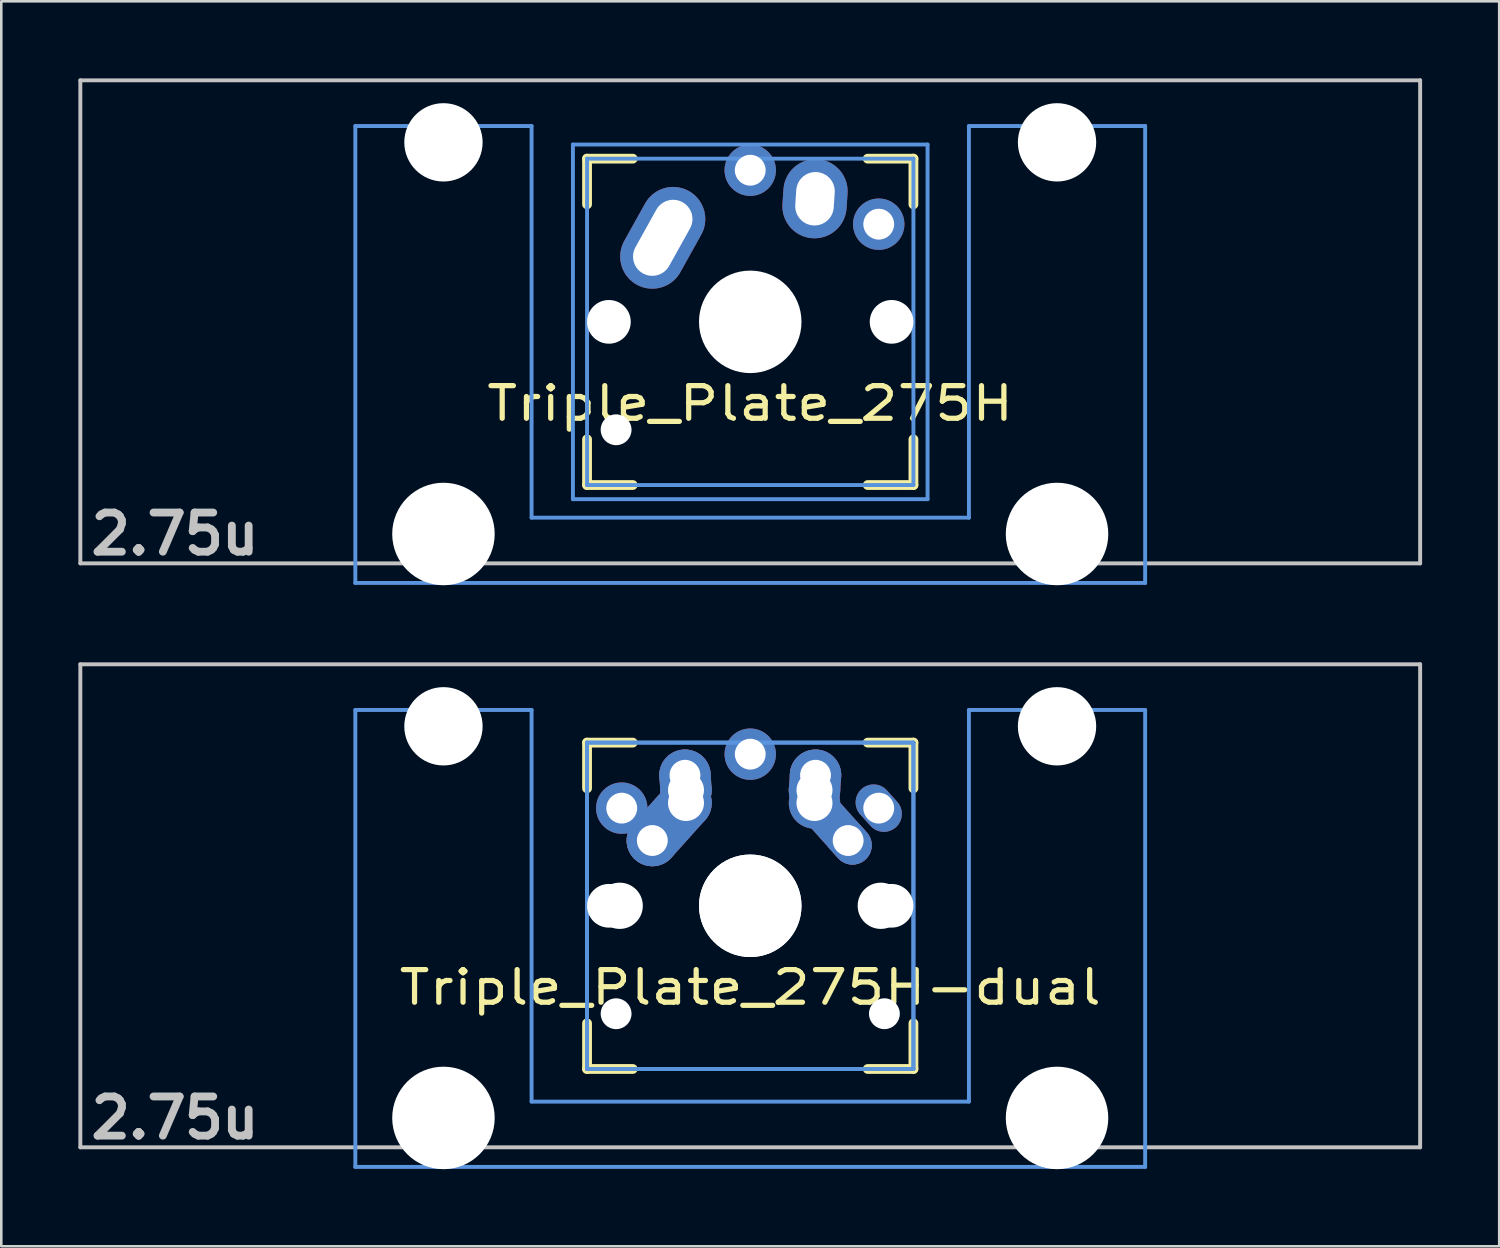
<source format=kicad_pcb>
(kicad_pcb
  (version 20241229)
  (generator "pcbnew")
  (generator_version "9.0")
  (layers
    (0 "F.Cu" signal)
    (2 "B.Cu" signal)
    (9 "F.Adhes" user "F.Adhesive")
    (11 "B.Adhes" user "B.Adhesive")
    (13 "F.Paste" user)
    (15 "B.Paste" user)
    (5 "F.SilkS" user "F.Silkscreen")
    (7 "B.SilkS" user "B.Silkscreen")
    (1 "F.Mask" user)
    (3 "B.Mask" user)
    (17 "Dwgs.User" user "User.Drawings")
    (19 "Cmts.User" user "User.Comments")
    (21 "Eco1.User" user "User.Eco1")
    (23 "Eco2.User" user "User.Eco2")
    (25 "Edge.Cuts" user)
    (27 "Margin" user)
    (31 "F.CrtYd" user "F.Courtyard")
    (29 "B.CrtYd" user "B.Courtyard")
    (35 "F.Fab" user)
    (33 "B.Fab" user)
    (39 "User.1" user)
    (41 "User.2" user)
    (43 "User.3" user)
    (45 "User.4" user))
  (footprint "Triple_Plate_275H"
    (layer "F.Cu")
    (at 26.144 9.474)
    (property "Reference" "Triple_Plate_275H" (at 0 3.175 0) (layer "F.SilkS") (effects (font (size 1.27 1.524) (thickness 0.203))))
    (attr through_hole)
    (fp_line (start -6.35 -6.35) (end -4.572 -6.35) (stroke (width 0.381) (type solid)) (layer "F.SilkS"))
    (fp_line (start -6.35 -4.572) (end -6.35 -6.35) (stroke (width 0.381) (type solid)) (layer "F.SilkS"))
    (fp_line (start -6.35 6.35) (end -6.35 4.572) (stroke (width 0.381) (type solid)) (layer "F.SilkS"))
    (fp_line (start -4.572 6.35) (end -6.35 6.35) (stroke (width 0.381) (type solid)) (layer "F.SilkS"))
    (fp_line (start 4.572 -6.35) (end 6.35 -6.35) (stroke (width 0.381) (type solid)) (layer "F.SilkS"))
    (fp_line (start 6.35 -6.35) (end 6.35 -4.572) (stroke (width 0.381) (type solid)) (layer "F.SilkS"))
    (fp_line (start 6.35 4.572) (end 6.35 6.35) (stroke (width 0.381) (type solid)) (layer "F.SilkS"))
    (fp_line (start 6.35 6.35) (end 4.572 6.35) (stroke (width 0.381) (type solid)) (layer "F.SilkS"))
    (fp_line (start -26.068 -9.398) (end 26.068 -9.398) (stroke (width 0.152) (type solid)) (layer "Dwgs.User"))
    (fp_line (start -26.068 9.398) (end -26.068 -9.398) (stroke (width 0.152) (type solid)) (layer "Dwgs.User"))
    (fp_line (start 26.068 -9.398) (end 26.068 9.398) (stroke (width 0.152) (type solid)) (layer "Dwgs.User"))
    (fp_line (start 26.068 9.398) (end -26.068 9.398) (stroke (width 0.152) (type solid)) (layer "Dwgs.User"))
    (fp_line (start -15.367 -7.62) (end -15.367 10.16) (stroke (width 0.152) (type solid)) (layer "Cmts.User"))
    (fp_line (start -15.367 10.16) (end 15.367 10.16) (stroke (width 0.152) (type solid)) (layer "Cmts.User"))
    (fp_line (start -8.509 -7.62) (end -15.367 -7.62) (stroke (width 0.152) (type solid)) (layer "Cmts.User"))
    (fp_line (start -8.509 7.62) (end -8.509 -7.62) (stroke (width 0.152) (type solid)) (layer "Cmts.User"))
    (fp_line (start -6.9 -6.9) (end 6.9 -6.9) (stroke (width 0.152) (type solid)) (layer "Cmts.User"))
    (fp_line (start -6.9 6.9) (end -6.9 -6.9) (stroke (width 0.152) (type solid)) (layer "Cmts.User"))
    (fp_line (start -6.35 -6.35) (end 6.35 -6.35) (stroke (width 0.152) (type solid)) (layer "Cmts.User"))
    (fp_line (start -6.35 6.35) (end -6.35 -6.35) (stroke (width 0.152) (type solid)) (layer "Cmts.User"))
    (fp_line (start 6.35 -6.35) (end 6.35 6.35) (stroke (width 0.152) (type solid)) (layer "Cmts.User"))
    (fp_line (start 6.35 6.35) (end -6.35 6.35) (stroke (width 0.152) (type solid)) (layer "Cmts.User"))
    (fp_line (start 6.9 -6.9) (end 6.9 6.9) (stroke (width 0.152) (type solid)) (layer "Cmts.User"))
    (fp_line (start 6.9 6.9) (end -6.9 6.9) (stroke (width 0.152) (type solid)) (layer "Cmts.User"))
    (fp_line (start 8.509 -7.62) (end 8.509 7.62) (stroke (width 0.152) (type solid)) (layer "Cmts.User"))
    (fp_line (start 8.509 7.62) (end -8.509 7.62) (stroke (width 0.152) (type solid)) (layer "Cmts.User"))
    (fp_line (start 15.367 -7.62) (end 8.509 -7.62) (stroke (width 0.152) (type solid)) (layer "Cmts.User"))
    (fp_line (start 15.367 10.16) (end 15.367 -7.62) (stroke (width 0.152) (type solid)) (layer "Cmts.User"))
    (fp_line (start -16.129 -2.286) (end -15.265 -2.286) (stroke (width 0.152) (type solid)) (layer "Eco2.User"))
    (fp_line (start -16.129 0.508) (end -16.129 -2.286) (stroke (width 0.152) (type solid)) (layer "Eco2.User"))
    (fp_line (start -15.265 -5.69) (end -8.611 -5.69) (stroke (width 0.152) (type solid)) (layer "Eco2.User"))
    (fp_line (start -15.265 -2.286) (end -15.265 -5.69) (stroke (width 0.152) (type solid)) (layer "Eco2.User"))
    (fp_line (start -15.265 0.508) (end -16.129 0.508) (stroke (width 0.152) (type solid)) (layer "Eco2.User"))
    (fp_line (start -15.265 6.604) (end -15.265 0.508) (stroke (width 0.152) (type solid)) (layer "Eco2.User"))
    (fp_line (start -14.224 6.604) (end -15.265 6.604) (stroke (width 0.152) (type solid)) (layer "Eco2.User"))
    (fp_line (start -14.224 7.772) (end -14.224 6.604) (stroke (width 0.152) (type solid)) (layer "Eco2.User"))
    (fp_line (start -9.652 6.604) (end -9.652 7.772) (stroke (width 0.152) (type solid)) (layer "Eco2.User"))
    (fp_line (start -9.652 7.772) (end -14.224 7.772) (stroke (width 0.152) (type solid)) (layer "Eco2.User"))
    (fp_line (start -8.611 -5.69) (end -8.611 -4.877) (stroke (width 0.152) (type solid)) (layer "Eco2.User"))
    (fp_line (start -8.611 -4.877) (end -6.985 -4.877) (stroke (width 0.152) (type solid)) (layer "Eco2.User"))
    (fp_line (start -8.611 5.817) (end -8.611 6.604) (stroke (width 0.152) (type solid)) (layer "Eco2.User"))
    (fp_line (start -8.611 6.604) (end -9.652 6.604) (stroke (width 0.152) (type solid)) (layer "Eco2.User"))
    (fp_line (start -7.5 -7.5) (end 7.5 -7.5) (stroke (width 0.152) (type solid)) (layer "Eco2.User"))
    (fp_line (start -7.5 7.5) (end -7.5 -7.5) (stroke (width 0.152) (type solid)) (layer "Eco2.User"))
    (fp_line (start -6.985 -6.985) (end 6.985 -6.985) (stroke (width 0.152) (type solid)) (layer "Eco2.User"))
    (fp_line (start -6.985 -4.877) (end -6.985 -6.985) (stroke (width 0.152) (type solid)) (layer "Eco2.User"))
    (fp_line (start -6.985 5.817) (end -8.611 5.817) (stroke (width 0.152) (type solid)) (layer "Eco2.User"))
    (fp_line (start -6.985 6.985) (end -6.985 5.817) (stroke (width 0.152) (type solid)) (layer "Eco2.User"))
    (fp_line (start 6.985 -6.985) (end 6.985 -4.877) (stroke (width 0.152) (type solid)) (layer "Eco2.User"))
    (fp_line (start 6.985 -4.877) (end 8.611 -4.877) (stroke (width 0.152) (type solid)) (layer "Eco2.User"))
    (fp_line (start 6.985 5.817) (end 6.985 6.985) (stroke (width 0.152) (type solid)) (layer "Eco2.User"))
    (fp_line (start 6.985 6.985) (end -6.985 6.985) (stroke (width 0.152) (type solid)) (layer "Eco2.User"))
    (fp_line (start 7.5 -7.5) (end 7.5 7.5) (stroke (width 0.152) (type solid)) (layer "Eco2.User"))
    (fp_line (start 7.5 7.5) (end -7.5 7.5) (stroke (width 0.152) (type solid)) (layer "Eco2.User"))
    (fp_line (start 8.611 -5.69) (end 15.265 -5.69) (stroke (width 0.152) (type solid)) (layer "Eco2.User"))
    (fp_line (start 8.611 -4.877) (end 8.611 -5.69) (stroke (width 0.152) (type solid)) (layer "Eco2.User"))
    (fp_line (start 8.611 5.817) (end 6.985 5.817) (stroke (width 0.152) (type solid)) (layer "Eco2.User"))
    (fp_line (start 8.611 6.604) (end 8.611 5.817) (stroke (width 0.152) (type solid)) (layer "Eco2.User"))
    (fp_line (start 9.652 6.604) (end 8.611 6.604) (stroke (width 0.152) (type solid)) (layer "Eco2.User"))
    (fp_line (start 9.652 7.772) (end 9.652 6.604) (stroke (width 0.152) (type solid)) (layer "Eco2.User"))
    (fp_line (start 14.224 6.604) (end 14.224 7.772) (stroke (width 0.152) (type solid)) (layer "Eco2.User"))
    (fp_line (start 14.224 7.772) (end 9.652 7.772) (stroke (width 0.152) (type solid)) (layer "Eco2.User"))
    (fp_line (start 15.265 -5.69) (end 15.265 -2.286) (stroke (width 0.152) (type solid)) (layer "Eco2.User"))
    (fp_line (start 15.265 -2.286) (end 16.129 -2.286) (stroke (width 0.152) (type solid)) (layer "Eco2.User"))
    (fp_line (start 15.265 0.508) (end 15.265 6.604) (stroke (width 0.152) (type solid)) (layer "Eco2.User"))
    (fp_line (start 15.265 6.604) (end 14.224 6.604) (stroke (width 0.152) (type solid)) (layer "Eco2.User"))
    (fp_line (start 16.129 -2.286) (end 16.129 0.508) (stroke (width 0.152) (type solid)) (layer "Eco2.User"))
    (fp_line (start 16.129 0.508) (end 15.265 0.508) (stroke (width 0.152) (type solid)) (layer "Eco2.User"))
    (fp_text user "2.75u" (at -22.385 8.255 0) (layer "Dwgs.User") (effects (font (size 1.524 1.524) (thickness 0.305))))
    (pad "" np_thru_hole circle (at -11.938 -6.985) (size 3.048 3.048) (drill 3.048) (layers "*.Cu"))
    (pad "" np_thru_hole circle (at -11.938 8.255) (size 3.988 3.988) (drill 3.988) (layers "*.Cu"))
    (pad "" np_thru_hole circle (at -5.5 0) (size 1.7 1.7) (drill 1.7) (layers "*.Cu"))
    (pad "" np_thru_hole circle (at -5.22 4.2) (size 1.2 1.2) (drill 1.2) (layers "*.Cu"))
    (pad "" np_thru_hole circle (at 0 0) (size 3.4 3.4) (drill 3.4) (layers "*.Cu"))
    (pad "" np_thru_hole circle (at 0 0) (size 3.988 3.988) (drill 3.988) (layers "*.Cu"))
    (pad "" np_thru_hole circle (at 5.5 0) (size 1.7 1.7) (drill 1.7) (layers "*.Cu"))
    (pad "" np_thru_hole circle (at 11.938 -6.985) (size 3.048 3.048) (drill 3.048) (layers "*.Cu"))
    (pad "" np_thru_hole circle (at 11.938 8.255) (size 3.988 3.988) (drill 3.988) (layers "*.Cu"))
    (pad "1" thru_hole oval (at -3.405 -3.27 330.9) (size 2.5 4.17) (drill oval 1.5 3.17) (layers "*.Cu" "*.Mask"))
    (pad "1" thru_hole circle (at 0 -5.9) (size 2 2) (drill 1.2) (layers "*.Cu" "*.Mask"))
    (pad "2" thru_hole oval (at 2.52 -4.79 356.1) (size 2.5 3.08) (drill oval 1.5 2.08) (layers "*.Cu" "*.Mask"))
    (pad "2" thru_hole circle (at 5 -3.8 221.9) (size 2 2) (drill 1.2) (layers "*.Cu" "*.Mask")))
  (footprint "Triple_Plate_275H-dual"
    (layer "F.Cu")
    (at 26.144 32.197)
    (property "Reference" "Triple_Plate_275H-dual" (at 0 3.175 0) (layer "F.SilkS") (effects (font (size 1.27 1.524) (thickness 0.203))))
    (attr through_hole)
    (fp_line (start -6.35 -6.35) (end -4.572 -6.35) (stroke (width 0.381) (type solid)) (layer "F.SilkS"))
    (fp_line (start -6.35 -4.572) (end -6.35 -6.35) (stroke (width 0.381) (type solid)) (layer "F.SilkS"))
    (fp_line (start -6.35 6.35) (end -6.35 4.572) (stroke (width 0.381) (type solid)) (layer "F.SilkS"))
    (fp_line (start -4.572 6.35) (end -6.35 6.35) (stroke (width 0.381) (type solid)) (layer "F.SilkS"))
    (fp_line (start 4.572 -6.35) (end 6.35 -6.35) (stroke (width 0.381) (type solid)) (layer "F.SilkS"))
    (fp_line (start 6.35 -6.35) (end 6.35 -4.572) (stroke (width 0.381) (type solid)) (layer "F.SilkS"))
    (fp_line (start 6.35 4.572) (end 6.35 6.35) (stroke (width 0.381) (type solid)) (layer "F.SilkS"))
    (fp_line (start 6.35 6.35) (end 4.572 6.35) (stroke (width 0.381) (type solid)) (layer "F.SilkS"))
    (fp_line (start -26.068 -9.398) (end 26.068 -9.398) (stroke (width 0.152) (type solid)) (layer "Dwgs.User"))
    (fp_line (start -26.068 9.398) (end -26.068 -9.398) (stroke (width 0.152) (type solid)) (layer "Dwgs.User"))
    (fp_line (start 26.068 -9.398) (end 26.068 9.398) (stroke (width 0.152) (type solid)) (layer "Dwgs.User"))
    (fp_line (start 26.068 9.398) (end -26.068 9.398) (stroke (width 0.152) (type solid)) (layer "Dwgs.User"))
    (fp_line (start -15.367 -7.62) (end -15.367 10.16) (stroke (width 0.152) (type solid)) (layer "Cmts.User"))
    (fp_line (start -15.367 10.16) (end 15.367 10.16) (stroke (width 0.152) (type solid)) (layer "Cmts.User"))
    (fp_line (start -8.509 -7.62) (end -15.367 -7.62) (stroke (width 0.152) (type solid)) (layer "Cmts.User"))
    (fp_line (start -8.509 7.62) (end -8.509 -7.62) (stroke (width 0.152) (type solid)) (layer "Cmts.User"))
    (fp_line (start -6.35 -6.35) (end 6.35 -6.35) (stroke (width 0.152) (type solid)) (layer "Cmts.User"))
    (fp_line (start -6.35 -6.35) (end 6.35 -6.35) (stroke (width 0.152) (type solid)) (layer "Cmts.User"))
    (fp_line (start -6.35 6.35) (end -6.35 -6.35) (stroke (width 0.152) (type solid)) (layer "Cmts.User"))
    (fp_line (start -6.35 6.35) (end -6.35 -6.35) (stroke (width 0.152) (type solid)) (layer "Cmts.User"))
    (fp_line (start 6.35 -6.35) (end 6.35 6.35) (stroke (width 0.152) (type solid)) (layer "Cmts.User"))
    (fp_line (start 6.35 -6.35) (end 6.35 6.35) (stroke (width 0.152) (type solid)) (layer "Cmts.User"))
    (fp_line (start 6.35 6.35) (end -6.35 6.35) (stroke (width 0.152) (type solid)) (layer "Cmts.User"))
    (fp_line (start 6.35 6.35) (end -6.35 6.35) (stroke (width 0.152) (type solid)) (layer "Cmts.User"))
    (fp_line (start 8.509 -7.62) (end 8.509 7.62) (stroke (width 0.152) (type solid)) (layer "Cmts.User"))
    (fp_line (start 8.509 7.62) (end -8.509 7.62) (stroke (width 0.152) (type solid)) (layer "Cmts.User"))
    (fp_line (start 15.367 -7.62) (end 8.509 -7.62) (stroke (width 0.152) (type solid)) (layer "Cmts.User"))
    (fp_line (start 15.367 10.16) (end 15.367 -7.62) (stroke (width 0.152) (type solid)) (layer "Cmts.User"))
    (fp_line (start -16.129 -2.286) (end -15.265 -2.286) (stroke (width 0.152) (type solid)) (layer "Eco2.User"))
    (fp_line (start -16.129 0.508) (end -16.129 -2.286) (stroke (width 0.152) (type solid)) (layer "Eco2.User"))
    (fp_line (start -15.265 -5.69) (end -8.611 -5.69) (stroke (width 0.152) (type solid)) (layer "Eco2.User"))
    (fp_line (start -15.265 -2.286) (end -15.265 -5.69) (stroke (width 0.152) (type solid)) (layer "Eco2.User"))
    (fp_line (start -15.265 0.508) (end -16.129 0.508) (stroke (width 0.152) (type solid)) (layer "Eco2.User"))
    (fp_line (start -15.265 6.604) (end -15.265 0.508) (stroke (width 0.152) (type solid)) (layer "Eco2.User"))
    (fp_line (start -14.224 6.604) (end -15.265 6.604) (stroke (width 0.152) (type solid)) (layer "Eco2.User"))
    (fp_line (start -14.224 7.772) (end -14.224 6.604) (stroke (width 0.152) (type solid)) (layer "Eco2.User"))
    (fp_line (start -9.652 6.604) (end -9.652 7.772) (stroke (width 0.152) (type solid)) (layer "Eco2.User"))
    (fp_line (start -9.652 7.772) (end -14.224 7.772) (stroke (width 0.152) (type solid)) (layer "Eco2.User"))
    (fp_line (start -8.611 -5.69) (end -8.611 -4.877) (stroke (width 0.152) (type solid)) (layer "Eco2.User"))
    (fp_line (start -8.611 -4.877) (end -6.985 -4.877) (stroke (width 0.152) (type solid)) (layer "Eco2.User"))
    (fp_line (start -8.611 5.817) (end -8.611 6.604) (stroke (width 0.152) (type solid)) (layer "Eco2.User"))
    (fp_line (start -8.611 6.604) (end -9.652 6.604) (stroke (width 0.152) (type solid)) (layer "Eco2.User"))
    (fp_line (start -7.5 -7.5) (end 7.5 -7.5) (stroke (width 0.152) (type solid)) (layer "Eco2.User"))
    (fp_line (start -7.5 7.5) (end -7.5 -7.5) (stroke (width 0.152) (type solid)) (layer "Eco2.User"))
    (fp_line (start -6.985 -6.985) (end 6.985 -6.985) (stroke (width 0.152) (type solid)) (layer "Eco2.User"))
    (fp_line (start -6.985 -6.985) (end 6.985 -6.985) (stroke (width 0.152) (type solid)) (layer "Eco2.User"))
    (fp_line (start -6.985 -4.877) (end -6.985 -6.985) (stroke (width 0.152) (type solid)) (layer "Eco2.User"))
    (fp_line (start -6.985 5.817) (end -8.611 5.817) (stroke (width 0.152) (type solid)) (layer "Eco2.User"))
    (fp_line (start -6.985 6.985) (end -6.985 -6.985) (stroke (width 0.152) (type solid)) (layer "Eco2.User"))
    (fp_line (start -6.985 6.985) (end -6.985 5.817) (stroke (width 0.152) (type solid)) (layer "Eco2.User"))
    (fp_line (start 6.985 -6.985) (end 6.985 -4.877) (stroke (width 0.152) (type solid)) (layer "Eco2.User"))
    (fp_line (start 6.985 -6.985) (end 6.985 6.985) (stroke (width 0.152) (type solid)) (layer "Eco2.User"))
    (fp_line (start 6.985 -4.877) (end 8.611 -4.877) (stroke (width 0.152) (type solid)) (layer "Eco2.User"))
    (fp_line (start 6.985 5.817) (end 6.985 6.985) (stroke (width 0.152) (type solid)) (layer "Eco2.User"))
    (fp_line (start 6.985 6.985) (end -6.985 6.985) (stroke (width 0.152) (type solid)) (layer "Eco2.User"))
    (fp_line (start 6.985 6.985) (end -6.985 6.985) (stroke (width 0.152) (type solid)) (layer "Eco2.User"))
    (fp_line (start 7.5 -7.5) (end 7.5 7.5) (stroke (width 0.152) (type solid)) (layer "Eco2.User"))
    (fp_line (start 7.5 7.5) (end -7.5 7.5) (stroke (width 0.152) (type solid)) (layer "Eco2.User"))
    (fp_line (start 8.611 -5.69) (end 15.265 -5.69) (stroke (width 0.152) (type solid)) (layer "Eco2.User"))
    (fp_line (start 8.611 -4.877) (end 8.611 -5.69) (stroke (width 0.152) (type solid)) (layer "Eco2.User"))
    (fp_line (start 8.611 5.817) (end 6.985 5.817) (stroke (width 0.152) (type solid)) (layer "Eco2.User"))
    (fp_line (start 8.611 6.604) (end 8.611 5.817) (stroke (width 0.152) (type solid)) (layer "Eco2.User"))
    (fp_line (start 9.652 6.604) (end 8.611 6.604) (stroke (width 0.152) (type solid)) (layer "Eco2.User"))
    (fp_line (start 9.652 7.772) (end 9.652 6.604) (stroke (width 0.152) (type solid)) (layer "Eco2.User"))
    (fp_line (start 14.224 6.604) (end 14.224 7.772) (stroke (width 0.152) (type solid)) (layer "Eco2.User"))
    (fp_line (start 14.224 7.772) (end 9.652 7.772) (stroke (width 0.152) (type solid)) (layer "Eco2.User"))
    (fp_line (start 15.265 -5.69) (end 15.265 -2.286) (stroke (width 0.152) (type solid)) (layer "Eco2.User"))
    (fp_line (start 15.265 -2.286) (end 16.129 -2.286) (stroke (width 0.152) (type solid)) (layer "Eco2.User"))
    (fp_line (start 15.265 0.508) (end 15.265 6.604) (stroke (width 0.152) (type solid)) (layer "Eco2.User"))
    (fp_line (start 15.265 6.604) (end 14.224 6.604) (stroke (width 0.152) (type solid)) (layer "Eco2.User"))
    (fp_line (start 16.129 -2.286) (end 16.129 0.508) (stroke (width 0.152) (type solid)) (layer "Eco2.User"))
    (fp_line (start 16.129 0.508) (end 15.265 0.508) (stroke (width 0.152) (type solid)) (layer "Eco2.User"))
    (fp_text user "2.75u" (at -22.385 8.255 0) (layer "Dwgs.User") (effects (font (size 1.524 1.524) (thickness 0.305))))
    (pad "" np_thru_hole circle (at -11.938 -6.985) (size 3.048 3.048) (drill 3.048) (layers "*.Cu"))
    (pad "" np_thru_hole circle (at -11.938 8.255) (size 3.988 3.988) (drill 3.988) (layers "*.Cu"))
    (pad "" np_thru_hole circle (at -5.5 0) (size 1.7 1.7) (drill 1.7) (layers "*.Cu"))
    (pad "" np_thru_hole circle (at -5.22 4.2) (size 1.2 1.2) (drill 1.2) (layers "*.Cu"))
    (pad "" np_thru_hole circle (at -5.08 0) (size 1.8 1.8) (drill 1.8) (layers "*.Cu"))
    (pad "" np_thru_hole circle (at 0 0) (size 3.988 3.988) (drill 3.988) (layers "*.Cu"))
    (pad "" np_thru_hole circle (at 0 0) (size 3.988 3.988) (drill 3.988) (layers "*.Cu"))
    (pad "" np_thru_hole circle (at 5.08 0) (size 1.8 1.8) (drill 1.8) (layers "*.Cu"))
    (pad "" np_thru_hole circle (at 5.22 4.2) (size 1.2 1.2) (drill 1.2) (layers "*.Cu"))
    (pad "" np_thru_hole circle (at 5.5 0) (size 1.7 1.7) (drill 1.7) (layers "*.Cu"))
    (pad "" np_thru_hole circle (at 11.938 -6.985) (size 3.048 3.048) (drill 3.048) (layers "*.Cu"))
    (pad "" np_thru_hole circle (at 11.938 8.255) (size 3.988 3.988) (drill 3.988) (layers "*.Cu"))
    (pad "1" thru_hole circle (at -5 -3.8 138.1) (size 2 2) (drill 1.2) (layers "*.Cu" "*.Mask"))
    (pad "1" thru_hole circle (at -3.81 -2.54) (size 2 2) (drill oval 1.2) (layers "*.Cu" "*.Mask"))
    (pad "1" smd oval (at -3.155 -3.27 138.1) (size 2 3.962) (layers "F.Cu" "F.Mask" "F.Paste"))
    (pad "1" smd oval (at -3.155 -3.27 138.1) (size 2 3.962) (layers "B.Cu" "B.Mask" "B.Paste"))
    (pad "1" thru_hole circle (at -2.54 -5.08 330.95) (size 2 2) (drill 1.2) (layers "*.Cu" "*.Mask"))
    (pad "1" smd oval (at -2.52 -4.79 3.945) (size 2 2.581) (layers "F.Cu" "F.Mask" "F.Paste"))
    (pad "1" smd oval (at -2.52 -4.79 3.945) (size 2 2.581) (layers "B.Cu" "B.Mask" "B.Paste"))
    (pad "1" thru_hole circle (at -2.5 -4.5 330.95) (size 2 2) (drill 1.4) (layers "*.Cu" "*.Mask"))
    (pad "1" thru_hole circle (at -2.5 -4 330.95) (size 2 2) (drill 1.4) (layers "*.Cu" "*.Mask"))
    (pad "1" thru_hole oval (at 5 -3.8 221.9) (size 1.4 2) (drill 1.2) (layers "*.Cu" "*.Mask"))
    (pad "2" thru_hole circle (at 0 -5.9) (size 2 2) (drill 1.2) (layers "*.Cu" "*.Mask"))
    (pad "2" thru_hole circle (at 2.5 -4.5 330.95) (size 2 2) (drill 1.4) (layers "*.Cu" "*.Mask"))
    (pad "2" thru_hole circle (at 2.5 -4) (size 2 2) (drill 1.4) (layers "*.Cu" "*.Mask"))
    (pad "2" smd oval (at 2.52 -4.79 356.055) (size 2 2.581) (layers "F.Cu" "F.Mask" "F.Paste"))
    (pad "2" smd oval (at 2.52 -4.79 356.055) (size 2 2.581) (layers "B.Cu" "B.Mask" "B.Paste"))
    (pad "2" thru_hole circle (at 2.54 -5.08 330.95) (size 2 2) (drill 1.2) (layers "*.Cu" "*.Mask"))
    (pad "2" smd oval (at 3.155 -3.27 221.9) (size 1.5 3.962) (layers "F.Cu" "F.Mask" "F.Paste"))
    (pad "2" smd oval (at 3.155 -3.27 221.9) (size 1.5 3.962) (layers "B.Cu" "B.Mask" "B.Paste"))
    (pad "2" thru_hole oval (at 3.81 -2.54 311.9) (size 2 1.5) (drill 1.2) (layers "*.Cu" "*.Mask")))
  (gr_rect
    (start -3 -3)
    (end 55.288 45.446)
    (stroke (width 0.1) (type default))
    (fill no)
    (layer "Edge.Cuts")))
</source>
